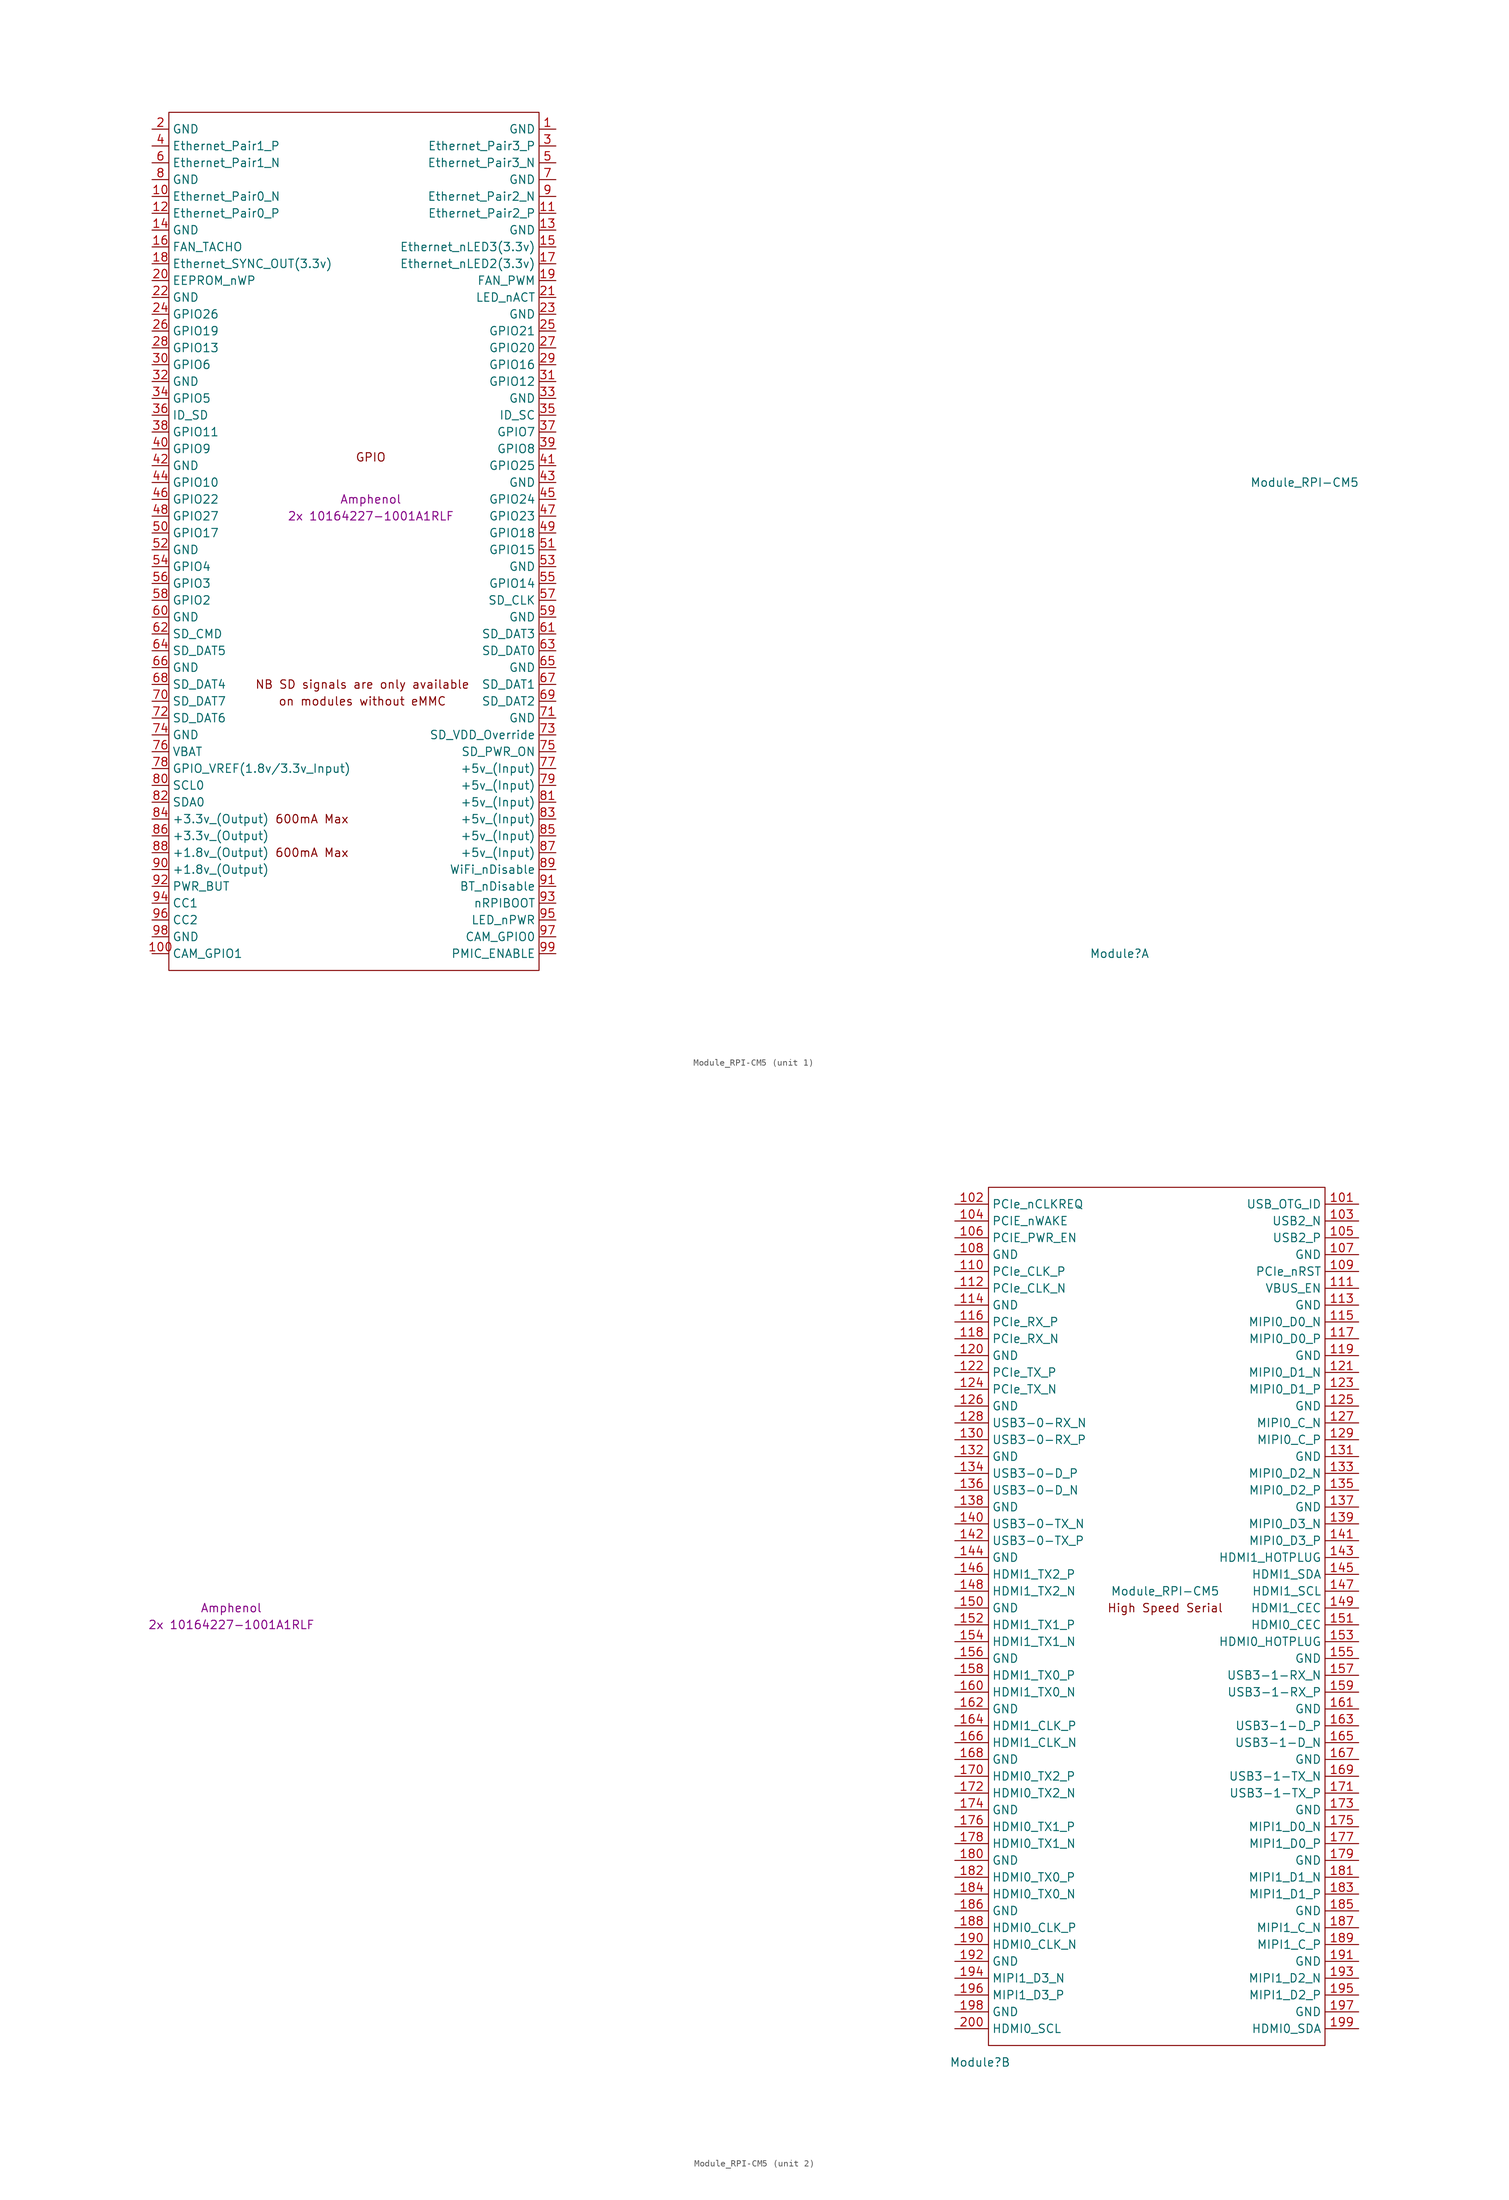
<source format=kicad_sym>
(kicad_symbol_lib
  (version 20241209)
  (generator "kicad_symbol_editor")
  (generator_version "9.0")
  (symbol "Module_RPI-CM5"
    (property "Reference" "Module"
      (at 113.03 -68.58 0)
      (effects (font (size 1.27 1.27))))
    (property "Value" "Module_RPI-CM5"
      (at 140.97 2.54 0)
      (effects (font (size 1.27 1.27))))
    (property "Field4" "Amphenol"
      (at 0 0 0)
      (effects (font (size 1.27 1.27))))
    (property "Field5" "2x 10164227-1001A1RLF"
      (at 0 -2.54 0)
      (effects (font (size 1.27 1.27))))
    (property "ki_locked" ""
      (at 0 0 0)
      (effects (font (size 1.27 1.27))))
    (symbol "Module_RPI-CM5_1_0"
      (text "GPIO" (at 0 6.35 0) (effects (font (size 1.27 1.27)))))
    (symbol "Module_RPI-CM5_1_1"
      (rectangle (start -30.48 -71.12) (end 25.4 58.42) (stroke (width 0) (type default)) (fill (type none)))
      (text "600mA Max" (at -8.89 -48.26 0) (effects (font (size 1.27 1.27))))
      (text "600mA Max" (at -8.89 -53.34 0) (effects (font (size 1.27 1.27))))
      (text "NB SD signals are only available" (at -1.27 -27.94 0) (effects (font (size 1.27 1.27))))
      (text "on modules without eMMC" (at -1.27 -30.48 0) (effects (font (size 1.27 1.27))))
      (pin power_in line (at -33.02 55.88 0) (length 2.54) (name "GND" (effects (font (size 1.27 1.27)))) (number "2" (effects (font (size 1.27 1.27)))))
      (pin passive line (at -33.02 53.34 0) (length 2.54) (name "Ethernet_Pair1_P" (effects (font (size 1.27 1.27)))) (number "4" (effects (font (size 1.27 1.27)))))
      (pin passive line (at -33.02 50.8 0) (length 2.54) (name "Ethernet_Pair1_N" (effects (font (size 1.27 1.27)))) (number "6" (effects (font (size 1.27 1.27)))))
      (pin power_in line (at -33.02 48.26 0) (length 2.54) (name "GND" (effects (font (size 1.27 1.27)))) (number "8" (effects (font (size 1.27 1.27)))))
      (pin passive line (at -33.02 45.72 0) (length 2.54) (name "Ethernet_Pair0_N" (effects (font (size 1.27 1.27)))) (number "10" (effects (font (size 1.27 1.27)))))
      (pin passive line (at -33.02 43.18 0) (length 2.54) (name "Ethernet_Pair0_P" (effects (font (size 1.27 1.27)))) (number "12" (effects (font (size 1.27 1.27)))))
      (pin power_in line (at -33.02 40.64 0) (length 2.54) (name "GND" (effects (font (size 1.27 1.27)))) (number "14" (effects (font (size 1.27 1.27)))))
      (pin input line (at -33.02 38.1 0) (length 2.54) (name "FAN_TACHO" (effects (font (size 1.27 1.27)))) (number "16" (effects (font (size 1.27 1.27)))))
      (pin input line (at -33.02 35.56 0) (length 2.54) (name "Ethernet_SYNC_OUT(3.3v)" (effects (font (size 1.27 1.27)))) (number "18" (effects (font (size 1.27 1.27)))))
      (pin passive line (at -33.02 33.02 0) (length 2.54) (name "EEPROM_nWP" (effects (font (size 1.27 1.27)))) (number "20" (effects (font (size 1.27 1.27)))))
      (pin power_in line (at -33.02 30.48 0) (length 2.54) (name "GND" (effects (font (size 1.27 1.27)))) (number "22" (effects (font (size 1.27 1.27)))))
      (pin passive line (at -33.02 27.94 0) (length 2.54) (name "GPIO26" (effects (font (size 1.27 1.27)))) (number "24" (effects (font (size 1.27 1.27)))))
      (pin passive line (at -33.02 25.4 0) (length 2.54) (name "GPIO19" (effects (font (size 1.27 1.27)))) (number "26" (effects (font (size 1.27 1.27)))))
      (pin passive line (at -33.02 22.86 0) (length 2.54) (name "GPIO13" (effects (font (size 1.27 1.27)))) (number "28" (effects (font (size 1.27 1.27)))))
      (pin passive line (at -33.02 20.32 0) (length 2.54) (name "GPIO6" (effects (font (size 1.27 1.27)))) (number "30" (effects (font (size 1.27 1.27)))))
      (pin power_in line (at -33.02 17.78 0) (length 2.54) (name "GND" (effects (font (size 1.27 1.27)))) (number "32" (effects (font (size 1.27 1.27)))))
      (pin passive line (at -33.02 15.24 0) (length 2.54) (name "GPIO5" (effects (font (size 1.27 1.27)))) (number "34" (effects (font (size 1.27 1.27)))))
      (pin passive line (at -33.02 12.7 0) (length 2.54) (name "ID_SD" (effects (font (size 1.27 1.27)))) (number "36" (effects (font (size 1.27 1.27)))))
      (pin passive line (at -33.02 10.16 0) (length 2.54) (name "GPIO11" (effects (font (size 1.27 1.27)))) (number "38" (effects (font (size 1.27 1.27)))))
      (pin passive line (at -33.02 7.62 0) (length 2.54) (name "GPIO9" (effects (font (size 1.27 1.27)))) (number "40" (effects (font (size 1.27 1.27)))))
      (pin power_in line (at -33.02 5.08 0) (length 2.54) (name "GND" (effects (font (size 1.27 1.27)))) (number "42" (effects (font (size 1.27 1.27)))))
      (pin passive line (at -33.02 2.54 0) (length 2.54) (name "GPIO10" (effects (font (size 1.27 1.27)))) (number "44" (effects (font (size 1.27 1.27)))))
      (pin passive line (at -33.02 0 0) (length 2.54) (name "GPIO22" (effects (font (size 1.27 1.27)))) (number "46" (effects (font (size 1.27 1.27)))))
      (pin passive line (at -33.02 -2.54 0) (length 2.54) (name "GPIO27" (effects (font (size 1.27 1.27)))) (number "48" (effects (font (size 1.27 1.27)))))
      (pin passive line (at -33.02 -5.08 0) (length 2.54) (name "GPIO17" (effects (font (size 1.27 1.27)))) (number "50" (effects (font (size 1.27 1.27)))))
      (pin power_in line (at -33.02 -7.62 0) (length 2.54) (name "GND" (effects (font (size 1.27 1.27)))) (number "52" (effects (font (size 1.27 1.27)))))
      (pin passive line (at -33.02 -10.16 0) (length 2.54) (name "GPIO4" (effects (font (size 1.27 1.27)))) (number "54" (effects (font (size 1.27 1.27)))))
      (pin passive line (at -33.02 -12.7 0) (length 2.54) (name "GPIO3" (effects (font (size 1.27 1.27)))) (number "56" (effects (font (size 1.27 1.27)))))
      (pin passive line (at -33.02 -15.24 0) (length 2.54) (name "GPIO2" (effects (font (size 1.27 1.27)))) (number "58" (effects (font (size 1.27 1.27)))))
      (pin power_in line (at -33.02 -17.78 0) (length 2.54) (name "GND" (effects (font (size 1.27 1.27)))) (number "60" (effects (font (size 1.27 1.27)))))
      (pin passive line (at -33.02 -20.32 0) (length 2.54) (name "SD_CMD" (effects (font (size 1.27 1.27)))) (number "62" (effects (font (size 1.27 1.27)))))
      (pin passive line (at -33.02 -22.86 0) (length 2.54) (name "SD_DAT5" (effects (font (size 1.27 1.27)))) (number "64" (effects (font (size 1.27 1.27)))))
      (pin power_in line (at -33.02 -25.4 0) (length 2.54) (name "GND" (effects (font (size 1.27 1.27)))) (number "66" (effects (font (size 1.27 1.27)))))
      (pin passive line (at -33.02 -27.94 0) (length 2.54) (name "SD_DAT4" (effects (font (size 1.27 1.27)))) (number "68" (effects (font (size 1.27 1.27)))))
      (pin passive line (at -33.02 -30.48 0) (length 2.54) (name "SD_DAT7" (effects (font (size 1.27 1.27)))) (number "70" (effects (font (size 1.27 1.27)))))
      (pin passive line (at -33.02 -33.02 0) (length 2.54) (name "SD_DAT6" (effects (font (size 1.27 1.27)))) (number "72" (effects (font (size 1.27 1.27)))))
      (pin power_in line (at -33.02 -35.56 0) (length 2.54) (name "GND" (effects (font (size 1.27 1.27)))) (number "74" (effects (font (size 1.27 1.27)))))
      (pin passive line (at -33.02 -38.1 0) (length 2.54) (name "VBAT" (effects (font (size 1.27 1.27)))) (number "76" (effects (font (size 1.27 1.27)))))
      (pin power_in line (at -33.02 -40.64 0) (length 2.54) (name "GPIO_VREF(1.8v/3.3v_Input)" (effects (font (size 1.27 1.27)))) (number "78" (effects (font (size 1.27 1.27)))))
      (pin passive line (at -33.02 -43.18 0) (length 2.54) (name "SCL0" (effects (font (size 1.27 1.27)))) (number "80" (effects (font (size 1.27 1.27)))))
      (pin passive line (at -33.02 -45.72 0) (length 2.54) (name "SDA0" (effects (font (size 1.27 1.27)))) (number "82" (effects (font (size 1.27 1.27)))))
      (pin power_out line (at -33.02 -48.26 0) (length 2.54) (name "+3.3v_(Output)" (effects (font (size 1.27 1.27)))) (number "84" (effects (font (size 1.27 1.27)))))
      (pin passive line (at -33.02 -50.8 0) (length 2.54) (name "+3.3v_(Output)" (effects (font (size 1.27 1.27)))) (number "86" (effects (font (size 1.27 1.27)))))
      (pin power_out line (at -33.02 -53.34 0) (length 2.54) (name "+1.8v_(Output)" (effects (font (size 1.27 1.27)))) (number "88" (effects (font (size 1.27 1.27)))))
      (pin passive line (at -33.02 -55.88 0) (length 2.54) (name "+1.8v_(Output)" (effects (font (size 1.27 1.27)))) (number "90" (effects (font (size 1.27 1.27)))))
      (pin passive line (at -33.02 -58.42 0) (length 2.54) (name "PWR_BUT" (effects (font (size 1.27 1.27)))) (number "92" (effects (font (size 1.27 1.27)))))
      (pin passive line (at -33.02 -60.96 0) (length 2.54) (name "CC1" (effects (font (size 1.27 1.27)))) (number "94" (effects (font (size 1.27 1.27)))))
      (pin passive line (at -33.02 -63.5 0) (length 2.54) (name "CC2" (effects (font (size 1.27 1.27)))) (number "96" (effects (font (size 1.27 1.27)))))
      (pin power_in line (at -33.02 -66.04 0) (length 2.54) (name "GND" (effects (font (size 1.27 1.27)))) (number "98" (effects (font (size 1.27 1.27)))))
      (pin passive line (at -33.02 -68.58 0) (length 2.54) (name "CAM_GPIO1" (effects (font (size 1.27 1.27)))) (number "100" (effects (font (size 1.27 1.27)))))
      (pin power_in line (at 27.94 55.88 180) (length 2.54) (name "GND" (effects (font (size 1.27 1.27)))) (number "1" (effects (font (size 1.27 1.27)))))
      (pin passive line (at 27.94 53.34 180) (length 2.54) (name "Ethernet_Pair3_P" (effects (font (size 1.27 1.27)))) (number "3" (effects (font (size 1.27 1.27)))))
      (pin passive line (at 27.94 50.8 180) (length 2.54) (name "Ethernet_Pair3_N" (effects (font (size 1.27 1.27)))) (number "5" (effects (font (size 1.27 1.27)))))
      (pin power_in line (at 27.94 48.26 180) (length 2.54) (name "GND" (effects (font (size 1.27 1.27)))) (number "7" (effects (font (size 1.27 1.27)))))
      (pin passive line (at 27.94 45.72 180) (length 2.54) (name "Ethernet_Pair2_N" (effects (font (size 1.27 1.27)))) (number "9" (effects (font (size 1.27 1.27)))))
      (pin passive line (at 27.94 43.18 180) (length 2.54) (name "Ethernet_Pair2_P" (effects (font (size 1.27 1.27)))) (number "11" (effects (font (size 1.27 1.27)))))
      (pin power_in line (at 27.94 40.64 180) (length 2.54) (name "GND" (effects (font (size 1.27 1.27)))) (number "13" (effects (font (size 1.27 1.27)))))
      (pin output line (at 27.94 38.1 180) (length 2.54) (name "Ethernet_nLED3(3.3v)" (effects (font (size 1.27 1.27)))) (number "15" (effects (font (size 1.27 1.27)))))
      (pin output line (at 27.94 35.56 180) (length 2.54) (name "Ethernet_nLED2(3.3v)" (effects (font (size 1.27 1.27)))) (number "17" (effects (font (size 1.27 1.27)))))
      (pin output line (at 27.94 33.02 180) (length 2.54) (name "FAN_PWM" (effects (font (size 1.27 1.27)))) (number "19" (effects (font (size 1.27 1.27)))))
      (pin open_collector line (at 27.94 30.48 180) (length 2.54) (name "LED_nACT" (effects (font (size 1.27 1.27)))) (number "21" (effects (font (size 1.27 1.27)))))
      (pin power_in line (at 27.94 27.94 180) (length 2.54) (name "GND" (effects (font (size 1.27 1.27)))) (number "23" (effects (font (size 1.27 1.27)))))
      (pin passive line (at 27.94 25.4 180) (length 2.54) (name "GPIO21" (effects (font (size 1.27 1.27)))) (number "25" (effects (font (size 1.27 1.27)))))
      (pin passive line (at 27.94 22.86 180) (length 2.54) (name "GPIO20" (effects (font (size 1.27 1.27)))) (number "27" (effects (font (size 1.27 1.27)))))
      (pin passive line (at 27.94 20.32 180) (length 2.54) (name "GPIO16" (effects (font (size 1.27 1.27)))) (number "29" (effects (font (size 1.27 1.27)))))
      (pin passive line (at 27.94 17.78 180) (length 2.54) (name "GPIO12" (effects (font (size 1.27 1.27)))) (number "31" (effects (font (size 1.27 1.27)))))
      (pin power_in line (at 27.94 15.24 180) (length 2.54) (name "GND" (effects (font (size 1.27 1.27)))) (number "33" (effects (font (size 1.27 1.27)))))
      (pin passive line (at 27.94 12.7 180) (length 2.54) (name "ID_SC" (effects (font (size 1.27 1.27)))) (number "35" (effects (font (size 1.27 1.27)))))
      (pin passive line (at 27.94 10.16 180) (length 2.54) (name "GPIO7" (effects (font (size 1.27 1.27)))) (number "37" (effects (font (size 1.27 1.27)))))
      (pin passive line (at 27.94 7.62 180) (length 2.54) (name "GPIO8" (effects (font (size 1.27 1.27)))) (number "39" (effects (font (size 1.27 1.27)))))
      (pin passive line (at 27.94 5.08 180) (length 2.54) (name "GPIO25" (effects (font (size 1.27 1.27)))) (number "41" (effects (font (size 1.27 1.27)))))
      (pin power_in line (at 27.94 2.54 180) (length 2.54) (name "GND" (effects (font (size 1.27 1.27)))) (number "43" (effects (font (size 1.27 1.27)))))
      (pin passive line (at 27.94 0 180) (length 2.54) (name "GPIO24" (effects (font (size 1.27 1.27)))) (number "45" (effects (font (size 1.27 1.27)))))
      (pin passive line (at 27.94 -2.54 180) (length 2.54) (name "GPIO23" (effects (font (size 1.27 1.27)))) (number "47" (effects (font (size 1.27 1.27)))))
      (pin passive line (at 27.94 -5.08 180) (length 2.54) (name "GPIO18" (effects (font (size 1.27 1.27)))) (number "49" (effects (font (size 1.27 1.27)))))
      (pin passive line (at 27.94 -7.62 180) (length 2.54) (name "GPIO15" (effects (font (size 1.27 1.27)))) (number "51" (effects (font (size 1.27 1.27)))))
      (pin power_in line (at 27.94 -10.16 180) (length 2.54) (name "GND" (effects (font (size 1.27 1.27)))) (number "53" (effects (font (size 1.27 1.27)))))
      (pin passive line (at 27.94 -12.7 180) (length 2.54) (name "GPIO14" (effects (font (size 1.27 1.27)))) (number "55" (effects (font (size 1.27 1.27)))))
      (pin passive line (at 27.94 -15.24 180) (length 2.54) (name "SD_CLK" (effects (font (size 1.27 1.27)))) (number "57" (effects (font (size 1.27 1.27)))))
      (pin power_in line (at 27.94 -17.78 180) (length 2.54) (name "GND" (effects (font (size 1.27 1.27)))) (number "59" (effects (font (size 1.27 1.27)))))
      (pin passive line (at 27.94 -20.32 180) (length 2.54) (name "SD_DAT3" (effects (font (size 1.27 1.27)))) (number "61" (effects (font (size 1.27 1.27)))))
      (pin passive line (at 27.94 -22.86 180) (length 2.54) (name "SD_DAT0" (effects (font (size 1.27 1.27)))) (number "63" (effects (font (size 1.27 1.27)))))
      (pin power_in line (at 27.94 -25.4 180) (length 2.54) (name "GND" (effects (font (size 1.27 1.27)))) (number "65" (effects (font (size 1.27 1.27)))))
      (pin passive line (at 27.94 -27.94 180) (length 2.54) (name "SD_DAT1" (effects (font (size 1.27 1.27)))) (number "67" (effects (font (size 1.27 1.27)))))
      (pin passive line (at 27.94 -30.48 180) (length 2.54) (name "SD_DAT2" (effects (font (size 1.27 1.27)))) (number "69" (effects (font (size 1.27 1.27)))))
      (pin power_in line (at 27.94 -33.02 180) (length 2.54) (name "GND" (effects (font (size 1.27 1.27)))) (number "71" (effects (font (size 1.27 1.27)))))
      (pin input line (at 27.94 -35.56 180) (length 2.54) (name "SD_VDD_Override" (effects (font (size 1.27 1.27)))) (number "73" (effects (font (size 1.27 1.27)))))
      (pin output line (at 27.94 -38.1 180) (length 2.54) (name "SD_PWR_ON" (effects (font (size 1.27 1.27)))) (number "75" (effects (font (size 1.27 1.27)))))
      (pin power_in line (at 27.94 -40.64 180) (length 2.54) (name "+5v_(Input)" (effects (font (size 1.27 1.27)))) (number "77" (effects (font (size 1.27 1.27)))))
      (pin power_in line (at 27.94 -43.18 180) (length 2.54) (name "+5v_(Input)" (effects (font (size 1.27 1.27)))) (number "79" (effects (font (size 1.27 1.27)))))
      (pin power_in line (at 27.94 -45.72 180) (length 2.54) (name "+5v_(Input)" (effects (font (size 1.27 1.27)))) (number "81" (effects (font (size 1.27 1.27)))))
      (pin power_in line (at 27.94 -48.26 180) (length 2.54) (name "+5v_(Input)" (effects (font (size 1.27 1.27)))) (number "83" (effects (font (size 1.27 1.27)))))
      (pin power_in line (at 27.94 -50.8 180) (length 2.54) (name "+5v_(Input)" (effects (font (size 1.27 1.27)))) (number "85" (effects (font (size 1.27 1.27)))))
      (pin power_in line (at 27.94 -53.34 180) (length 2.54) (name "+5v_(Input)" (effects (font (size 1.27 1.27)))) (number "87" (effects (font (size 1.27 1.27)))))
      (pin input line (at 27.94 -55.88 180) (length 2.54) (name "WiFi_nDisable" (effects (font (size 1.27 1.27)))) (number "89" (effects (font (size 1.27 1.27)))))
      (pin input line (at 27.94 -58.42 180) (length 2.54) (name "BT_nDisable" (effects (font (size 1.27 1.27)))) (number "91" (effects (font (size 1.27 1.27)))))
      (pin input line (at 27.94 -60.96 180) (length 2.54) (name "nRPIBOOT" (effects (font (size 1.27 1.27)))) (number "93" (effects (font (size 1.27 1.27)))))
      (pin output line (at 27.94 -63.5 180) (length 2.54) (name "LED_nPWR" (effects (font (size 1.27 1.27)))) (number "95" (effects (font (size 1.27 1.27)))))
      (pin passive line (at 27.94 -66.04 180) (length 2.54) (name "CAM_GPIO0" (effects (font (size 1.27 1.27)))) (number "97" (effects (font (size 1.27 1.27)))))
      (pin input line (at 27.94 -68.58 180) (length 2.54) (name "PMIC_ENABLE" (effects (font (size 1.27 1.27)))) (number "99" (effects (font (size 1.27 1.27))))))
    (symbol "Module_RPI-CM5_2_1"
      (rectangle (start 114.3 -66.04) (end 165.1 63.5) (stroke (width 0) (type default)) (fill (type none)))
      (text "High Speed Serial" (at 140.97 0 0) (effects (font (size 1.27 1.27))))
      (pin input line (at 109.22 60.96 0) (length 5.08) (name "PCIe_nCLKREQ" (effects (font (size 1.27 1.27)))) (number "102" (effects (font (size 1.27 1.27)))))
      (pin input line (at 109.22 58.42 0) (length 5.08) (name "PCIE_nWAKE" (effects (font (size 1.27 1.27)))) (number "104" (effects (font (size 1.27 1.27)))))
      (pin output line (at 109.22 55.88 0) (length 5.08) (name "PCIE_PWR_EN" (effects (font (size 1.27 1.27)))) (number "106" (effects (font (size 1.27 1.27)))))
      (pin power_in line (at 109.22 53.34 0) (length 5.08) (name "GND" (effects (font (size 1.27 1.27)))) (number "108" (effects (font (size 1.27 1.27)))))
      (pin output line (at 109.22 50.8 0) (length 5.08) (name "PCIe_CLK_P" (effects (font (size 1.27 1.27)))) (number "110" (effects (font (size 1.27 1.27)))))
      (pin output line (at 109.22 48.26 0) (length 5.08) (name "PCIe_CLK_N" (effects (font (size 1.27 1.27)))) (number "112" (effects (font (size 1.27 1.27)))))
      (pin power_in line (at 109.22 45.72 0) (length 5.08) (name "GND" (effects (font (size 1.27 1.27)))) (number "114" (effects (font (size 1.27 1.27)))))
      (pin input line (at 109.22 43.18 0) (length 5.08) (name "PCIe_RX_P" (effects (font (size 1.27 1.27)))) (number "116" (effects (font (size 1.27 1.27)))))
      (pin input line (at 109.22 40.64 0) (length 5.08) (name "PCIe_RX_N" (effects (font (size 1.27 1.27)))) (number "118" (effects (font (size 1.27 1.27)))))
      (pin power_in line (at 109.22 38.1 0) (length 5.08) (name "GND" (effects (font (size 1.27 1.27)))) (number "120" (effects (font (size 1.27 1.27)))))
      (pin output line (at 109.22 35.56 0) (length 5.08) (name "PCIe_TX_P" (effects (font (size 1.27 1.27)))) (number "122" (effects (font (size 1.27 1.27)))))
      (pin output line (at 109.22 33.02 0) (length 5.08) (name "PCIe_TX_N" (effects (font (size 1.27 1.27)))) (number "124" (effects (font (size 1.27 1.27)))))
      (pin power_in line (at 109.22 30.48 0) (length 5.08) (name "GND" (effects (font (size 1.27 1.27)))) (number "126" (effects (font (size 1.27 1.27)))))
      (pin input line (at 109.22 27.94 0) (length 5.08) (name "USB3-0-RX_N" (effects (font (size 1.27 1.27)))) (number "128" (effects (font (size 1.27 1.27)))))
      (pin input line (at 109.22 25.4 0) (length 5.08) (name "USB3-0-RX_P" (effects (font (size 1.27 1.27)))) (number "130" (effects (font (size 1.27 1.27)))))
      (pin power_in line (at 109.22 22.86 0) (length 5.08) (name "GND" (effects (font (size 1.27 1.27)))) (number "132" (effects (font (size 1.27 1.27)))))
      (pin passive line (at 109.22 20.32 0) (length 5.08) (name "USB3-0-D_P" (effects (font (size 1.27 1.27)))) (number "134" (effects (font (size 1.27 1.27)))))
      (pin passive line (at 109.22 17.78 0) (length 5.08) (name "USB3-0-D_N" (effects (font (size 1.27 1.27)))) (number "136" (effects (font (size 1.27 1.27)))))
      (pin power_in line (at 109.22 15.24 0) (length 5.08) (name "GND" (effects (font (size 1.27 1.27)))) (number "138" (effects (font (size 1.27 1.27)))))
      (pin output line (at 109.22 12.7 0) (length 5.08) (name "USB3-0-TX_N" (effects (font (size 1.27 1.27)))) (number "140" (effects (font (size 1.27 1.27)))))
      (pin output line (at 109.22 10.16 0) (length 5.08) (name "USB3-0-TX_P" (effects (font (size 1.27 1.27)))) (number "142" (effects (font (size 1.27 1.27)))))
      (pin power_in line (at 109.22 7.62 0) (length 5.08) (name "GND" (effects (font (size 1.27 1.27)))) (number "144" (effects (font (size 1.27 1.27)))))
      (pin output line (at 109.22 5.08 0) (length 5.08) (name "HDMI1_TX2_P" (effects (font (size 1.27 1.27)))) (number "146" (effects (font (size 1.27 1.27)))))
      (pin output line (at 109.22 2.54 0) (length 5.08) (name "HDMI1_TX2_N" (effects (font (size 1.27 1.27)))) (number "148" (effects (font (size 1.27 1.27)))))
      (pin power_in line (at 109.22 0 0) (length 5.08) (name "GND" (effects (font (size 1.27 1.27)))) (number "150" (effects (font (size 1.27 1.27)))))
      (pin output line (at 109.22 -2.54 0) (length 5.08) (name "HDMI1_TX1_P" (effects (font (size 1.27 1.27)))) (number "152" (effects (font (size 1.27 1.27)))))
      (pin output line (at 109.22 -5.08 0) (length 5.08) (name "HDMI1_TX1_N" (effects (font (size 1.27 1.27)))) (number "154" (effects (font (size 1.27 1.27)))))
      (pin power_in line (at 109.22 -7.62 0) (length 5.08) (name "GND" (effects (font (size 1.27 1.27)))) (number "156" (effects (font (size 1.27 1.27)))))
      (pin output line (at 109.22 -10.16 0) (length 5.08) (name "HDMI1_TX0_P" (effects (font (size 1.27 1.27)))) (number "158" (effects (font (size 1.27 1.27)))))
      (pin output line (at 109.22 -12.7 0) (length 5.08) (name "HDMI1_TX0_N" (effects (font (size 1.27 1.27)))) (number "160" (effects (font (size 1.27 1.27)))))
      (pin power_in line (at 109.22 -15.24 0) (length 5.08) (name "GND" (effects (font (size 1.27 1.27)))) (number "162" (effects (font (size 1.27 1.27)))))
      (pin output line (at 109.22 -17.78 0) (length 5.08) (name "HDMI1_CLK_P" (effects (font (size 1.27 1.27)))) (number "164" (effects (font (size 1.27 1.27)))))
      (pin output line (at 109.22 -20.32 0) (length 5.08) (name "HDMI1_CLK_N" (effects (font (size 1.27 1.27)))) (number "166" (effects (font (size 1.27 1.27)))))
      (pin power_in line (at 109.22 -22.86 0) (length 5.08) (name "GND" (effects (font (size 1.27 1.27)))) (number "168" (effects (font (size 1.27 1.27)))))
      (pin output line (at 109.22 -25.4 0) (length 5.08) (name "HDMI0_TX2_P" (effects (font (size 1.27 1.27)))) (number "170" (effects (font (size 1.27 1.27)))))
      (pin output line (at 109.22 -27.94 0) (length 5.08) (name "HDMI0_TX2_N" (effects (font (size 1.27 1.27)))) (number "172" (effects (font (size 1.27 1.27)))))
      (pin power_in line (at 109.22 -30.48 0) (length 5.08) (name "GND" (effects (font (size 1.27 1.27)))) (number "174" (effects (font (size 1.27 1.27)))))
      (pin output line (at 109.22 -33.02 0) (length 5.08) (name "HDMI0_TX1_P" (effects (font (size 1.27 1.27)))) (number "176" (effects (font (size 1.27 1.27)))))
      (pin output line (at 109.22 -35.56 0) (length 5.08) (name "HDMI0_TX1_N" (effects (font (size 1.27 1.27)))) (number "178" (effects (font (size 1.27 1.27)))))
      (pin power_in line (at 109.22 -38.1 0) (length 5.08) (name "GND" (effects (font (size 1.27 1.27)))) (number "180" (effects (font (size 1.27 1.27)))))
      (pin output line (at 109.22 -40.64 0) (length 5.08) (name "HDMI0_TX0_P" (effects (font (size 1.27 1.27)))) (number "182" (effects (font (size 1.27 1.27)))))
      (pin output line (at 109.22 -43.18 0) (length 5.08) (name "HDMI0_TX0_N" (effects (font (size 1.27 1.27)))) (number "184" (effects (font (size 1.27 1.27)))))
      (pin power_in line (at 109.22 -45.72 0) (length 5.08) (name "GND" (effects (font (size 1.27 1.27)))) (number "186" (effects (font (size 1.27 1.27)))))
      (pin output line (at 109.22 -48.26 0) (length 5.08) (name "HDMI0_CLK_P" (effects (font (size 1.27 1.27)))) (number "188" (effects (font (size 1.27 1.27)))))
      (pin output line (at 109.22 -50.8 0) (length 5.08) (name "HDMI0_CLK_N" (effects (font (size 1.27 1.27)))) (number "190" (effects (font (size 1.27 1.27)))))
      (pin power_in line (at 109.22 -53.34 0) (length 5.08) (name "GND" (effects (font (size 1.27 1.27)))) (number "192" (effects (font (size 1.27 1.27)))))
      (pin output line (at 109.22 -55.88 0) (length 5.08) (name "MIPI1_D3_N" (effects (font (size 1.27 1.27)))) (number "194" (effects (font (size 1.27 1.27)))))
      (pin output line (at 109.22 -58.42 0) (length 5.08) (name "MIPI1_D3_P" (effects (font (size 1.27 1.27)))) (number "196" (effects (font (size 1.27 1.27)))))
      (pin power_in line (at 109.22 -60.96 0) (length 5.08) (name "GND" (effects (font (size 1.27 1.27)))) (number "198" (effects (font (size 1.27 1.27)))))
      (pin open_collector line (at 109.22 -63.5 0) (length 5.08) (name "HDMI0_SCL" (effects (font (size 1.27 1.27)))) (number "200" (effects (font (size 1.27 1.27)))))
      (pin input line (at 170.18 60.96 180) (length 5.08) (name "USB_OTG_ID" (effects (font (size 1.27 1.27)))) (number "101" (effects (font (size 1.27 1.27)))))
      (pin passive line (at 170.18 58.42 180) (length 5.08) (name "USB2_N" (effects (font (size 1.27 1.27)))) (number "103" (effects (font (size 1.27 1.27)))))
      (pin passive line (at 170.18 55.88 180) (length 5.08) (name "USB2_P" (effects (font (size 1.27 1.27)))) (number "105" (effects (font (size 1.27 1.27)))))
      (pin power_in line (at 170.18 53.34 180) (length 5.08) (name "GND" (effects (font (size 1.27 1.27)))) (number "107" (effects (font (size 1.27 1.27)))))
      (pin output line (at 170.18 50.8 180) (length 5.08) (name "PCIe_nRST" (effects (font (size 1.27 1.27)))) (number "109" (effects (font (size 1.27 1.27)))))
      (pin output line (at 170.18 48.26 180) (length 5.08) (name "VBUS_EN" (effects (font (size 1.27 1.27)))) (number "111" (effects (font (size 1.27 1.27)))))
      (pin power_in line (at 170.18 45.72 180) (length 5.08) (name "GND" (effects (font (size 1.27 1.27)))) (number "113" (effects (font (size 1.27 1.27)))))
      (pin input line (at 170.18 43.18 180) (length 5.08) (name "MIPI0_D0_N" (effects (font (size 1.27 1.27)))) (number "115" (effects (font (size 1.27 1.27)))))
      (pin input line (at 170.18 40.64 180) (length 5.08) (name "MIPI0_D0_P" (effects (font (size 1.27 1.27)))) (number "117" (effects (font (size 1.27 1.27)))))
      (pin power_in line (at 170.18 38.1 180) (length 5.08) (name "GND" (effects (font (size 1.27 1.27)))) (number "119" (effects (font (size 1.27 1.27)))))
      (pin input line (at 170.18 35.56 180) (length 5.08) (name "MIPI0_D1_N" (effects (font (size 1.27 1.27)))) (number "121" (effects (font (size 1.27 1.27)))))
      (pin input line (at 170.18 33.02 180) (length 5.08) (name "MIPI0_D1_P" (effects (font (size 1.27 1.27)))) (number "123" (effects (font (size 1.27 1.27)))))
      (pin power_in line (at 170.18 30.48 180) (length 5.08) (name "GND" (effects (font (size 1.27 1.27)))) (number "125" (effects (font (size 1.27 1.27)))))
      (pin input line (at 170.18 27.94 180) (length 5.08) (name "MIPI0_C_N" (effects (font (size 1.27 1.27)))) (number "127" (effects (font (size 1.27 1.27)))))
      (pin input line (at 170.18 25.4 180) (length 5.08) (name "MIPI0_C_P" (effects (font (size 1.27 1.27)))) (number "129" (effects (font (size 1.27 1.27)))))
      (pin power_in line (at 170.18 22.86 180) (length 5.08) (name "GND" (effects (font (size 1.27 1.27)))) (number "131" (effects (font (size 1.27 1.27)))))
      (pin input line (at 170.18 20.32 180) (length 5.08) (name "MIPI0_D2_N" (effects (font (size 1.27 1.27)))) (number "133" (effects (font (size 1.27 1.27)))))
      (pin input line (at 170.18 17.78 180) (length 5.08) (name "MIPI0_D2_P" (effects (font (size 1.27 1.27)))) (number "135" (effects (font (size 1.27 1.27)))))
      (pin power_in line (at 170.18 15.24 180) (length 5.08) (name "GND" (effects (font (size 1.27 1.27)))) (number "137" (effects (font (size 1.27 1.27)))))
      (pin input line (at 170.18 12.7 180) (length 5.08) (name "MIPI0_D3_N" (effects (font (size 1.27 1.27)))) (number "139" (effects (font (size 1.27 1.27)))))
      (pin input line (at 170.18 10.16 180) (length 5.08) (name "MIPI0_D3_P" (effects (font (size 1.27 1.27)))) (number "141" (effects (font (size 1.27 1.27)))))
      (pin input line (at 170.18 7.62 180) (length 5.08) (name "HDMI1_HOTPLUG" (effects (font (size 1.27 1.27)))) (number "143" (effects (font (size 1.27 1.27)))))
      (pin bidirectional line (at 170.18 5.08 180) (length 5.08) (name "HDMI1_SDA" (effects (font (size 1.27 1.27)))) (number "145" (effects (font (size 1.27 1.27)))))
      (pin open_collector line (at 170.18 2.54 180) (length 5.08) (name "HDMI1_SCL" (effects (font (size 1.27 1.27)))) (number "147" (effects (font (size 1.27 1.27)))))
      (pin open_collector line (at 170.18 0 180) (length 5.08) (name "HDMI1_CEC" (effects (font (size 1.27 1.27)))) (number "149" (effects (font (size 1.27 1.27)))))
      (pin open_collector line (at 170.18 -2.54 180) (length 5.08) (name "HDMI0_CEC" (effects (font (size 1.27 1.27)))) (number "151" (effects (font (size 1.27 1.27)))))
      (pin input line (at 170.18 -5.08 180) (length 5.08) (name "HDMI0_HOTPLUG" (effects (font (size 1.27 1.27)))) (number "153" (effects (font (size 1.27 1.27)))))
      (pin power_in line (at 170.18 -7.62 180) (length 5.08) (name "GND" (effects (font (size 1.27 1.27)))) (number "155" (effects (font (size 1.27 1.27)))))
      (pin input line (at 170.18 -10.16 180) (length 5.08) (name "USB3-1-RX_N" (effects (font (size 1.27 1.27)))) (number "157" (effects (font (size 1.27 1.27)))))
      (pin input line (at 170.18 -12.7 180) (length 5.08) (name "USB3-1-RX_P" (effects (font (size 1.27 1.27)))) (number "159" (effects (font (size 1.27 1.27)))))
      (pin power_in line (at 170.18 -15.24 180) (length 5.08) (name "GND" (effects (font (size 1.27 1.27)))) (number "161" (effects (font (size 1.27 1.27)))))
      (pin passive line (at 170.18 -17.78 180) (length 5.08) (name "USB3-1-D_P" (effects (font (size 1.27 1.27)))) (number "163" (effects (font (size 1.27 1.27)))))
      (pin passive line (at 170.18 -20.32 180) (length 5.08) (name "USB3-1-D_N" (effects (font (size 1.27 1.27)))) (number "165" (effects (font (size 1.27 1.27)))))
      (pin power_in line (at 170.18 -22.86 180) (length 5.08) (name "GND" (effects (font (size 1.27 1.27)))) (number "167" (effects (font (size 1.27 1.27)))))
      (pin output line (at 170.18 -25.4 180) (length 5.08) (name "USB3-1-TX_N" (effects (font (size 1.27 1.27)))) (number "169" (effects (font (size 1.27 1.27)))))
      (pin output line (at 170.18 -27.94 180) (length 5.08) (name "USB3-1-TX_P" (effects (font (size 1.27 1.27)))) (number "171" (effects (font (size 1.27 1.27)))))
      (pin power_in line (at 170.18 -30.48 180) (length 5.08) (name "GND" (effects (font (size 1.27 1.27)))) (number "173" (effects (font (size 1.27 1.27)))))
      (pin output line (at 170.18 -33.02 180) (length 5.08) (name "MIPI1_D0_N" (effects (font (size 1.27 1.27)))) (number "175" (effects (font (size 1.27 1.27)))))
      (pin output line (at 170.18 -35.56 180) (length 5.08) (name "MIPI1_D0_P" (effects (font (size 1.27 1.27)))) (number "177" (effects (font (size 1.27 1.27)))))
      (pin power_in line (at 170.18 -38.1 180) (length 5.08) (name "GND" (effects (font (size 1.27 1.27)))) (number "179" (effects (font (size 1.27 1.27)))))
      (pin output line (at 170.18 -40.64 180) (length 5.08) (name "MIPI1_D1_N" (effects (font (size 1.27 1.27)))) (number "181" (effects (font (size 1.27 1.27)))))
      (pin output line (at 170.18 -43.18 180) (length 5.08) (name "MIPI1_D1_P" (effects (font (size 1.27 1.27)))) (number "183" (effects (font (size 1.27 1.27)))))
      (pin power_in line (at 170.18 -45.72 180) (length 5.08) (name "GND" (effects (font (size 1.27 1.27)))) (number "185" (effects (font (size 1.27 1.27)))))
      (pin output line (at 170.18 -48.26 180) (length 5.08) (name "MIPI1_C_N" (effects (font (size 1.27 1.27)))) (number "187" (effects (font (size 1.27 1.27)))))
      (pin output line (at 170.18 -50.8 180) (length 5.08) (name "MIPI1_C_P" (effects (font (size 1.27 1.27)))) (number "189" (effects (font (size 1.27 1.27)))))
      (pin power_in line (at 170.18 -53.34 180) (length 5.08) (name "GND" (effects (font (size 1.27 1.27)))) (number "191" (effects (font (size 1.27 1.27)))))
      (pin output line (at 170.18 -55.88 180) (length 5.08) (name "MIPI1_D2_N" (effects (font (size 1.27 1.27)))) (number "193" (effects (font (size 1.27 1.27)))))
      (pin output line (at 170.18 -58.42 180) (length 5.08) (name "MIPI1_D2_P" (effects (font (size 1.27 1.27)))) (number "195" (effects (font (size 1.27 1.27)))))
      (pin power_in line (at 170.18 -60.96 180) (length 5.08) (name "GND" (effects (font (size 1.27 1.27)))) (number "197" (effects (font (size 1.27 1.27)))))
      (pin bidirectional line (at 170.18 -63.5 180) (length 5.08) (name "HDMI0_SDA" (effects (font (size 1.27 1.27)))) (number "199" (effects (font (size 1.27 1.27))))))))
</source>
